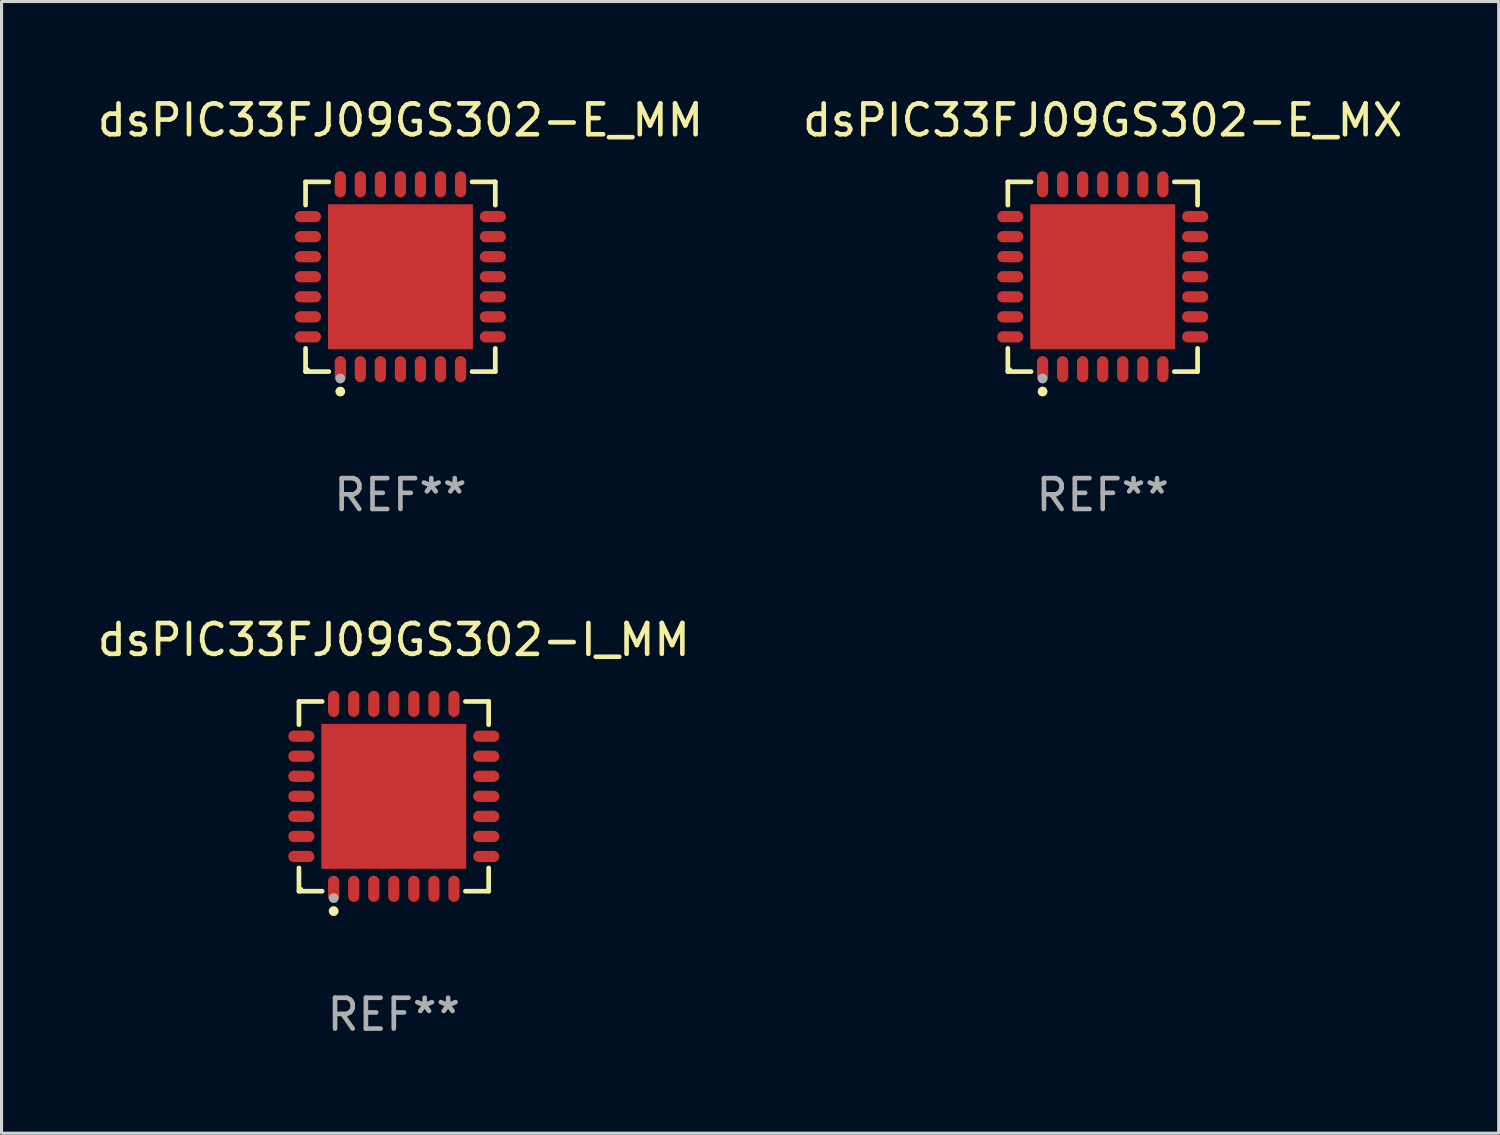
<source format=kicad_pcb>
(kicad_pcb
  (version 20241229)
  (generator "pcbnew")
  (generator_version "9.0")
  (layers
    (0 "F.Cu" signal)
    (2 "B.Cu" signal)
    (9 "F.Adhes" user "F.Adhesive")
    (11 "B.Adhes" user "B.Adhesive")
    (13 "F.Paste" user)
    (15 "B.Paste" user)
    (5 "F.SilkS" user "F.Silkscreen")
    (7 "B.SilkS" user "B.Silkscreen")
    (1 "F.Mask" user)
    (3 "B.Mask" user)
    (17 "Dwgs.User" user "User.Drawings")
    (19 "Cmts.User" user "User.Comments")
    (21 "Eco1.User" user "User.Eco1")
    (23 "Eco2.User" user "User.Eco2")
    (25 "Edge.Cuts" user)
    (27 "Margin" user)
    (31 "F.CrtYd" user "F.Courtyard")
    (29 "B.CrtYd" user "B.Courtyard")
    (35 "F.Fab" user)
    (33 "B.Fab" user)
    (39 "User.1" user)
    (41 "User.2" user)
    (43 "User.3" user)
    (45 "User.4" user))
  (footprint "dsPIC33FJ09GS302-E_MX"
    (layer "F.Cu")
    (at 32.708 5.924)
    (property "Reference" "dsPIC33FJ09GS302-E_MX" (at 0 -5.076 0) (layer "F.SilkS") (effects (font (size 1 1) (thickness 0.15))))
    (attr through_hole)
    (fp_line (start -3.076 -3.076) (end -2.323 -3.076) (stroke (width 0.152) (type solid)) (layer "F.SilkS"))
    (fp_line (start -3.076 -2.323) (end -3.076 -3.076) (stroke (width 0.152) (type solid)) (layer "F.SilkS"))
    (fp_line (start -3.076 2.323) (end -3.076 3.076) (stroke (width 0.152) (type solid)) (layer "F.SilkS"))
    (fp_line (start -3.076 3.076) (end -2.323 3.076) (stroke (width 0.152) (type solid)) (layer "F.SilkS"))
    (fp_line (start 3.076 -3.076) (end 2.323 -3.076) (stroke (width 0.152) (type solid)) (layer "F.SilkS"))
    (fp_line (start 3.076 -2.323) (end 3.076 -3.076) (stroke (width 0.152) (type solid)) (layer "F.SilkS"))
    (fp_line (start 3.076 2.323) (end 3.076 3.076) (stroke (width 0.152) (type solid)) (layer "F.SilkS"))
    (fp_line (start 3.076 3.076) (end 2.323 3.076) (stroke (width 0.152) (type solid)) (layer "F.SilkS"))
    (fp_circle (center -3 3) (end -2.97 3) (stroke (width 0.06) (type solid)) (fill no) (layer "F.SilkS"))
    (fp_circle (center -1.95 3.722) (end -1.87 3.722) (stroke (width 0.16) (type solid)) (fill no) (layer "F.SilkS"))
    (fp_circle (center -1.95 3.3) (end -1.87 3.3) (stroke (width 0.16) (type solid)) (fill no) (layer "F.Fab"))
    (fp_text user "REF**" (at 0 7.076 0) (layer "F.Fab") (effects (font (size 1 1) (thickness 0.15))))
    (pad "1" smd oval (at -1.95 2.998) (size 0.364 0.847) (layers "F.Cu" "F.Mask" "F.Paste"))
    (pad "2" smd oval (at -1.3 2.998) (size 0.364 0.847) (layers "F.Cu" "F.Mask" "F.Paste"))
    (pad "3" smd oval (at -0.65 2.998) (size 0.364 0.847) (layers "F.Cu" "F.Mask" "F.Paste"))
    (pad "4" smd oval (at 0 2.998) (size 0.364 0.847) (layers "F.Cu" "F.Mask" "F.Paste"))
    (pad "5" smd oval (at 0.65 2.998) (size 0.364 0.847) (layers "F.Cu" "F.Mask" "F.Paste"))
    (pad "6" smd oval (at 1.3 2.998) (size 0.364 0.847) (layers "F.Cu" "F.Mask" "F.Paste"))
    (pad "7" smd oval (at 1.95 2.998) (size 0.364 0.847) (layers "F.Cu" "F.Mask" "F.Paste"))
    (pad "8" smd oval (at 2.998 1.95) (size 0.847 0.364) (layers "F.Cu" "F.Mask" "F.Paste"))
    (pad "9" smd oval (at 2.998 1.3) (size 0.847 0.364) (layers "F.Cu" "F.Mask" "F.Paste"))
    (pad "10" smd oval (at 2.998 0.65) (size 0.847 0.364) (layers "F.Cu" "F.Mask" "F.Paste"))
    (pad "11" smd oval (at 2.998 0) (size 0.847 0.364) (layers "F.Cu" "F.Mask" "F.Paste"))
    (pad "12" smd oval (at 2.998 -0.65) (size 0.847 0.364) (layers "F.Cu" "F.Mask" "F.Paste"))
    (pad "13" smd oval (at 2.998 -1.3) (size 0.847 0.364) (layers "F.Cu" "F.Mask" "F.Paste"))
    (pad "14" smd oval (at 2.998 -1.95) (size 0.847 0.364) (layers "F.Cu" "F.Mask" "F.Paste"))
    (pad "15" smd oval (at 1.95 -2.998) (size 0.364 0.847) (layers "F.Cu" "F.Mask" "F.Paste"))
    (pad "16" smd oval (at 1.3 -2.998) (size 0.364 0.847) (layers "F.Cu" "F.Mask" "F.Paste"))
    (pad "17" smd oval (at 0.65 -2.998) (size 0.364 0.847) (layers "F.Cu" "F.Mask" "F.Paste"))
    (pad "18" smd oval (at 0 -2.998) (size 0.364 0.847) (layers "F.Cu" "F.Mask" "F.Paste"))
    (pad "19" smd oval (at -0.65 -2.998) (size 0.364 0.847) (layers "F.Cu" "F.Mask" "F.Paste"))
    (pad "20" smd oval (at -1.3 -2.998) (size 0.364 0.847) (layers "F.Cu" "F.Mask" "F.Paste"))
    (pad "21" smd oval (at -1.95 -2.998) (size 0.364 0.847) (layers "F.Cu" "F.Mask" "F.Paste"))
    (pad "22" smd oval (at -2.998 -1.95) (size 0.847 0.364) (layers "F.Cu" "F.Mask" "F.Paste"))
    (pad "23" smd oval (at -2.998 -1.3) (size 0.847 0.364) (layers "F.Cu" "F.Mask" "F.Paste"))
    (pad "24" smd oval (at -2.998 -0.65) (size 0.847 0.364) (layers "F.Cu" "F.Mask" "F.Paste"))
    (pad "25" smd oval (at -2.998 0) (size 0.847 0.364) (layers "F.Cu" "F.Mask" "F.Paste"))
    (pad "26" smd oval (at -2.998 0.65) (size 0.847 0.364) (layers "F.Cu" "F.Mask" "F.Paste"))
    (pad "27" smd oval (at -2.998 1.3) (size 0.847 0.364) (layers "F.Cu" "F.Mask" "F.Paste"))
    (pad "28" smd oval (at -2.998 1.95) (size 0.847 0.364) (layers "F.Cu" "F.Mask" "F.Paste"))
    (pad "29" smd rect (at 0 0) (size 4.7 4.7) (layers "F.Cu" "F.Mask" "F.Paste")))
  (footprint "dsPIC33FJ09GS302-I_MM"
    (layer "F.Cu")
    (at 9.72 22.773)
    (property "Reference" "dsPIC33FJ09GS302-I_MM" (at 0 -5.076 0) (layer "F.SilkS") (effects (font (size 1 1) (thickness 0.15))))
    (attr through_hole)
    (fp_line (start -3.076 -3.076) (end -2.323 -3.076) (stroke (width 0.152) (type solid)) (layer "F.SilkS"))
    (fp_line (start -3.076 -2.323) (end -3.076 -3.076) (stroke (width 0.152) (type solid)) (layer "F.SilkS"))
    (fp_line (start -3.076 2.323) (end -3.076 3.076) (stroke (width 0.152) (type solid)) (layer "F.SilkS"))
    (fp_line (start -3.076 3.076) (end -2.323 3.076) (stroke (width 0.152) (type solid)) (layer "F.SilkS"))
    (fp_line (start 3.076 -3.076) (end 2.323 -3.076) (stroke (width 0.152) (type solid)) (layer "F.SilkS"))
    (fp_line (start 3.076 -2.323) (end 3.076 -3.076) (stroke (width 0.152) (type solid)) (layer "F.SilkS"))
    (fp_line (start 3.076 2.323) (end 3.076 3.076) (stroke (width 0.152) (type solid)) (layer "F.SilkS"))
    (fp_line (start 3.076 3.076) (end 2.323 3.076) (stroke (width 0.152) (type solid)) (layer "F.SilkS"))
    (fp_circle (center -3 3) (end -2.97 3) (stroke (width 0.06) (type solid)) (fill no) (layer "F.SilkS"))
    (fp_circle (center -1.95 3.722) (end -1.87 3.722) (stroke (width 0.16) (type solid)) (fill no) (layer "F.SilkS"))
    (fp_circle (center -1.95 3.3) (end -1.87 3.3) (stroke (width 0.16) (type solid)) (fill no) (layer "F.Fab"))
    (fp_text user "REF**" (at 0 7.076 0) (layer "F.Fab") (effects (font (size 1 1) (thickness 0.15))))
    (pad "1" smd oval (at -1.95 2.998) (size 0.364 0.847) (layers "F.Cu" "F.Mask" "F.Paste"))
    (pad "2" smd oval (at -1.3 2.998) (size 0.364 0.847) (layers "F.Cu" "F.Mask" "F.Paste"))
    (pad "3" smd oval (at -0.65 2.998) (size 0.364 0.847) (layers "F.Cu" "F.Mask" "F.Paste"))
    (pad "4" smd oval (at 0 2.998) (size 0.364 0.847) (layers "F.Cu" "F.Mask" "F.Paste"))
    (pad "5" smd oval (at 0.65 2.998) (size 0.364 0.847) (layers "F.Cu" "F.Mask" "F.Paste"))
    (pad "6" smd oval (at 1.3 2.998) (size 0.364 0.847) (layers "F.Cu" "F.Mask" "F.Paste"))
    (pad "7" smd oval (at 1.95 2.998) (size 0.364 0.847) (layers "F.Cu" "F.Mask" "F.Paste"))
    (pad "8" smd oval (at 2.998 1.95) (size 0.847 0.364) (layers "F.Cu" "F.Mask" "F.Paste"))
    (pad "9" smd oval (at 2.998 1.3) (size 0.847 0.364) (layers "F.Cu" "F.Mask" "F.Paste"))
    (pad "10" smd oval (at 2.998 0.65) (size 0.847 0.364) (layers "F.Cu" "F.Mask" "F.Paste"))
    (pad "11" smd oval (at 2.998 0) (size 0.847 0.364) (layers "F.Cu" "F.Mask" "F.Paste"))
    (pad "12" smd oval (at 2.998 -0.65) (size 0.847 0.364) (layers "F.Cu" "F.Mask" "F.Paste"))
    (pad "13" smd oval (at 2.998 -1.3) (size 0.847 0.364) (layers "F.Cu" "F.Mask" "F.Paste"))
    (pad "14" smd oval (at 2.998 -1.95) (size 0.847 0.364) (layers "F.Cu" "F.Mask" "F.Paste"))
    (pad "15" smd oval (at 1.95 -2.998) (size 0.364 0.847) (layers "F.Cu" "F.Mask" "F.Paste"))
    (pad "16" smd oval (at 1.3 -2.998) (size 0.364 0.847) (layers "F.Cu" "F.Mask" "F.Paste"))
    (pad "17" smd oval (at 0.65 -2.998) (size 0.364 0.847) (layers "F.Cu" "F.Mask" "F.Paste"))
    (pad "18" smd oval (at 0 -2.998) (size 0.364 0.847) (layers "F.Cu" "F.Mask" "F.Paste"))
    (pad "19" smd oval (at -0.65 -2.998) (size 0.364 0.847) (layers "F.Cu" "F.Mask" "F.Paste"))
    (pad "20" smd oval (at -1.3 -2.998) (size 0.364 0.847) (layers "F.Cu" "F.Mask" "F.Paste"))
    (pad "21" smd oval (at -1.95 -2.998) (size 0.364 0.847) (layers "F.Cu" "F.Mask" "F.Paste"))
    (pad "22" smd oval (at -2.998 -1.95) (size 0.847 0.364) (layers "F.Cu" "F.Mask" "F.Paste"))
    (pad "23" smd oval (at -2.998 -1.3) (size 0.847 0.364) (layers "F.Cu" "F.Mask" "F.Paste"))
    (pad "24" smd oval (at -2.998 -0.65) (size 0.847 0.364) (layers "F.Cu" "F.Mask" "F.Paste"))
    (pad "25" smd oval (at -2.998 0) (size 0.847 0.364) (layers "F.Cu" "F.Mask" "F.Paste"))
    (pad "26" smd oval (at -2.998 0.65) (size 0.847 0.364) (layers "F.Cu" "F.Mask" "F.Paste"))
    (pad "27" smd oval (at -2.998 1.3) (size 0.847 0.364) (layers "F.Cu" "F.Mask" "F.Paste"))
    (pad "28" smd oval (at -2.998 1.95) (size 0.847 0.364) (layers "F.Cu" "F.Mask" "F.Paste"))
    (pad "29" smd rect (at 0 0) (size 4.7 4.7) (layers "F.Cu" "F.Mask" "F.Paste")))
  (footprint "dsPIC33FJ09GS302-E_MM"
    (layer "F.Cu")
    (at 9.935 5.924)
    (property "Reference" "dsPIC33FJ09GS302-E_MM" (at 0 -5.076 0) (layer "F.SilkS") (effects (font (size 1 1) (thickness 0.15))))
    (attr through_hole)
    (fp_line (start -3.076 -3.076) (end -2.323 -3.076) (stroke (width 0.152) (type solid)) (layer "F.SilkS"))
    (fp_line (start -3.076 -2.323) (end -3.076 -3.076) (stroke (width 0.152) (type solid)) (layer "F.SilkS"))
    (fp_line (start -3.076 2.323) (end -3.076 3.076) (stroke (width 0.152) (type solid)) (layer "F.SilkS"))
    (fp_line (start -3.076 3.076) (end -2.323 3.076) (stroke (width 0.152) (type solid)) (layer "F.SilkS"))
    (fp_line (start 3.076 -3.076) (end 2.323 -3.076) (stroke (width 0.152) (type solid)) (layer "F.SilkS"))
    (fp_line (start 3.076 -2.323) (end 3.076 -3.076) (stroke (width 0.152) (type solid)) (layer "F.SilkS"))
    (fp_line (start 3.076 2.323) (end 3.076 3.076) (stroke (width 0.152) (type solid)) (layer "F.SilkS"))
    (fp_line (start 3.076 3.076) (end 2.323 3.076) (stroke (width 0.152) (type solid)) (layer "F.SilkS"))
    (fp_circle (center -3 3) (end -2.97 3) (stroke (width 0.06) (type solid)) (fill no) (layer "F.SilkS"))
    (fp_circle (center -1.95 3.722) (end -1.87 3.722) (stroke (width 0.16) (type solid)) (fill no) (layer "F.SilkS"))
    (fp_circle (center -1.95 3.3) (end -1.87 3.3) (stroke (width 0.16) (type solid)) (fill no) (layer "F.Fab"))
    (fp_text user "REF**" (at 0 7.076 0) (layer "F.Fab") (effects (font (size 1 1) (thickness 0.15))))
    (pad "1" smd oval (at -1.95 2.998) (size 0.364 0.847) (layers "F.Cu" "F.Mask" "F.Paste"))
    (pad "2" smd oval (at -1.3 2.998) (size 0.364 0.847) (layers "F.Cu" "F.Mask" "F.Paste"))
    (pad "3" smd oval (at -0.65 2.998) (size 0.364 0.847) (layers "F.Cu" "F.Mask" "F.Paste"))
    (pad "4" smd oval (at 0 2.998) (size 0.364 0.847) (layers "F.Cu" "F.Mask" "F.Paste"))
    (pad "5" smd oval (at 0.65 2.998) (size 0.364 0.847) (layers "F.Cu" "F.Mask" "F.Paste"))
    (pad "6" smd oval (at 1.3 2.998) (size 0.364 0.847) (layers "F.Cu" "F.Mask" "F.Paste"))
    (pad "7" smd oval (at 1.95 2.998) (size 0.364 0.847) (layers "F.Cu" "F.Mask" "F.Paste"))
    (pad "8" smd oval (at 2.998 1.95) (size 0.847 0.364) (layers "F.Cu" "F.Mask" "F.Paste"))
    (pad "9" smd oval (at 2.998 1.3) (size 0.847 0.364) (layers "F.Cu" "F.Mask" "F.Paste"))
    (pad "10" smd oval (at 2.998 0.65) (size 0.847 0.364) (layers "F.Cu" "F.Mask" "F.Paste"))
    (pad "11" smd oval (at 2.998 0) (size 0.847 0.364) (layers "F.Cu" "F.Mask" "F.Paste"))
    (pad "12" smd oval (at 2.998 -0.65) (size 0.847 0.364) (layers "F.Cu" "F.Mask" "F.Paste"))
    (pad "13" smd oval (at 2.998 -1.3) (size 0.847 0.364) (layers "F.Cu" "F.Mask" "F.Paste"))
    (pad "14" smd oval (at 2.998 -1.95) (size 0.847 0.364) (layers "F.Cu" "F.Mask" "F.Paste"))
    (pad "15" smd oval (at 1.95 -2.998) (size 0.364 0.847) (layers "F.Cu" "F.Mask" "F.Paste"))
    (pad "16" smd oval (at 1.3 -2.998) (size 0.364 0.847) (layers "F.Cu" "F.Mask" "F.Paste"))
    (pad "17" smd oval (at 0.65 -2.998) (size 0.364 0.847) (layers "F.Cu" "F.Mask" "F.Paste"))
    (pad "18" smd oval (at 0 -2.998) (size 0.364 0.847) (layers "F.Cu" "F.Mask" "F.Paste"))
    (pad "19" smd oval (at -0.65 -2.998) (size 0.364 0.847) (layers "F.Cu" "F.Mask" "F.Paste"))
    (pad "20" smd oval (at -1.3 -2.998) (size 0.364 0.847) (layers "F.Cu" "F.Mask" "F.Paste"))
    (pad "21" smd oval (at -1.95 -2.998) (size 0.364 0.847) (layers "F.Cu" "F.Mask" "F.Paste"))
    (pad "22" smd oval (at -2.998 -1.95) (size 0.847 0.364) (layers "F.Cu" "F.Mask" "F.Paste"))
    (pad "23" smd oval (at -2.998 -1.3) (size 0.847 0.364) (layers "F.Cu" "F.Mask" "F.Paste"))
    (pad "24" smd oval (at -2.998 -0.65) (size 0.847 0.364) (layers "F.Cu" "F.Mask" "F.Paste"))
    (pad "25" smd oval (at -2.998 0) (size 0.847 0.364) (layers "F.Cu" "F.Mask" "F.Paste"))
    (pad "26" smd oval (at -2.998 0.65) (size 0.847 0.364) (layers "F.Cu" "F.Mask" "F.Paste"))
    (pad "27" smd oval (at -2.998 1.3) (size 0.847 0.364) (layers "F.Cu" "F.Mask" "F.Paste"))
    (pad "28" smd oval (at -2.998 1.95) (size 0.847 0.364) (layers "F.Cu" "F.Mask" "F.Paste"))
    (pad "29" smd rect (at 0 0) (size 4.7 4.7) (layers "F.Cu" "F.Mask" "F.Paste")))
  (gr_rect
    (start -3 -3)
    (end 45.548 33.698)
    (stroke (width 0.1) (type default))
    (fill no)
    (layer "Edge.Cuts")))
</source>
